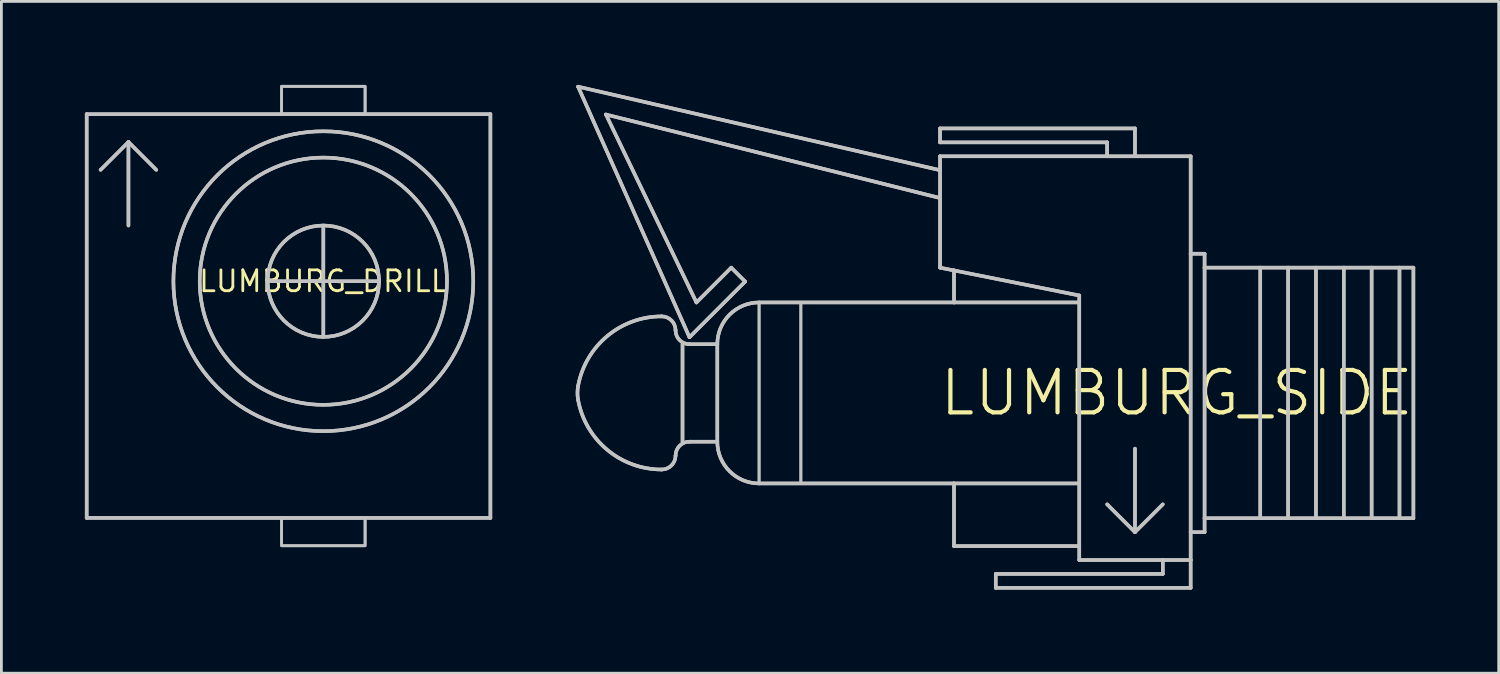
<source format=kicad_pcb>
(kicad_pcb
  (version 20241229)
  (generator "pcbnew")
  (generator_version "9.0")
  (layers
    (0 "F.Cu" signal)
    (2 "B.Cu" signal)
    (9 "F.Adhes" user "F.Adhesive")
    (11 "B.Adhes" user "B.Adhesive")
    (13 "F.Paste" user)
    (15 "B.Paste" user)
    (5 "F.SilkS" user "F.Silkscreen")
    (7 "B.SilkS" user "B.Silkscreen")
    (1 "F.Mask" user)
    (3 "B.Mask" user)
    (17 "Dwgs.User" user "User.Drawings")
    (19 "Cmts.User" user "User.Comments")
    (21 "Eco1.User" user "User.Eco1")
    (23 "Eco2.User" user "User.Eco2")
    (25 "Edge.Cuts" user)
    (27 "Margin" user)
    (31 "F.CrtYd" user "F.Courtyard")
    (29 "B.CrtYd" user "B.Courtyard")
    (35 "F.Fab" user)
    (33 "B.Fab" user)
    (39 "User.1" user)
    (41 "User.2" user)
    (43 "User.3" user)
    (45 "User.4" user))
  (footprint "LUMBURG_DRILL"
    (layer "F.Cu")
    (at 8.563 7.05)
    (property "Reference" "LUMBURG_DRILL" (at 0 0 0) (layer "F.SilkS") (effects (font (size 0.75 0.75) (thickness 0.1))))
    (attr through_hole)
    (fp_line (start -8.5 -6) (end -8.5 8.5) (stroke (width 0.127) (type solid)) (layer "Dwgs.User"))
    (fp_line (start -8.5 -6) (end -8.5 8.5) (stroke (width 0.127) (type solid)) (layer "Dwgs.User"))
    (fp_line (start -8.5 -6) (end 6 -6) (stroke (width 0.127) (type solid)) (layer "Dwgs.User"))
    (fp_line (start -8.5 -6) (end 6 -6) (stroke (width 0.127) (type solid)) (layer "Dwgs.User"))
    (fp_line (start -8.5 8.5) (end 6 8.5) (stroke (width 0.127) (type solid)) (layer "Dwgs.User"))
    (fp_line (start -8.5 8.5) (end 6 8.5) (stroke (width 0.127) (type solid)) (layer "Dwgs.User"))
    (fp_line (start -7 -5) (end -8 -4) (stroke (width 0.127) (type solid)) (layer "Dwgs.User"))
    (fp_line (start -7 -5) (end -8 -4) (stroke (width 0.127) (type solid)) (layer "Dwgs.User"))
    (fp_line (start -7 -5) (end -6 -4) (stroke (width 0.127) (type solid)) (layer "Dwgs.User"))
    (fp_line (start -7 -5) (end -6 -4) (stroke (width 0.127) (type solid)) (layer "Dwgs.User"))
    (fp_line (start -7 -2) (end -7 -5) (stroke (width 0.127) (type solid)) (layer "Dwgs.User"))
    (fp_line (start -7 -2) (end -7 -5) (stroke (width 0.127) (type solid)) (layer "Dwgs.User"))
    (fp_line (start -2 0) (end 2 0) (stroke (width 0.127) (type solid)) (layer "Dwgs.User"))
    (fp_line (start -2 0) (end 2 0) (stroke (width 0.127) (type solid)) (layer "Dwgs.User"))
    (fp_line (start 0 2) (end 0 -2) (stroke (width 0.127) (type solid)) (layer "Dwgs.User"))
    (fp_line (start 0 2) (end 0 -2) (stroke (width 0.127) (type solid)) (layer "Dwgs.User"))
    (fp_line (start 6 -6) (end 6 8.5) (stroke (width 0.127) (type solid)) (layer "Dwgs.User"))
    (fp_line (start 6 -6) (end 6 8.5) (stroke (width 0.127) (type solid)) (layer "Dwgs.User"))
    (fp_circle (center 0 0) (end 2 0) (stroke (width 0.127) (type solid)) (fill no) (layer "Dwgs.User"))
    (fp_circle (center 0 0) (end 2 0) (stroke (width 0.127) (type solid)) (fill no) (layer "Dwgs.User"))
    (fp_circle (center 0 0) (end 4.44 0) (stroke (width 0.127) (type solid)) (fill no) (layer "Dwgs.User"))
    (fp_circle (center 0 0) (end 4.44 0) (stroke (width 0.127) (type solid)) (fill no) (layer "Dwgs.User"))
    (fp_circle (center 0 0) (end 5.385 0) (stroke (width 0.127) (type solid)) (fill no) (layer "Dwgs.User"))
    (fp_circle (center 0 0) (end 5.385 0) (stroke (width 0.127) (type solid)) (fill no) (layer "Dwgs.User"))
    (fp_poly (pts (xy -1.5 -6) (xy 1.5 -6) (xy 1.5 -7) (xy -1.5 -7)) (stroke (width 0.1) (type solid)) (fill no) (layer "Dwgs.User"))
    (fp_poly (pts (xy -1.5 -6) (xy 1.5 -6) (xy 1.5 -7) (xy -1.5 -7)) (stroke (width 0.1) (type solid)) (fill no) (layer "Dwgs.User"))
    (fp_poly (pts (xy -1.5 9.5) (xy 1.5 9.5) (xy 1.5 8.5) (xy -1.5 8.5)) (stroke (width 0.1) (type solid)) (fill no) (layer "Dwgs.User"))
    (fp_poly (pts (xy -1.5 9.5) (xy 1.5 9.5) (xy 1.5 8.5) (xy -1.5 8.5)) (stroke (width 0.1) (type solid)) (fill no) (layer "Dwgs.User")))
  (footprint "LUMBURG_SIDE"
    (layer "F.Cu")
    (at 39.213 11.063)
    (property "Reference" "LUMBURG_SIDE" (at 0 0 0) (layer "F.SilkS") (effects (font (size 1.524 1.524) (thickness 0.15))))
    (attr through_hole)
    (fp_line (start -21.5 -11) (end -17.5 -2) (stroke (width 0.127) (type solid)) (layer "Dwgs.User"))
    (fp_line (start -21.5 -11) (end -17.5 -2) (stroke (width 0.127) (type solid)) (layer "Dwgs.User"))
    (fp_line (start -20.5 -10) (end -8.5 -7) (stroke (width 0.127) (type solid)) (layer "Dwgs.User"))
    (fp_line (start -20.5 -10) (end -8.5 -7) (stroke (width 0.127) (type solid)) (layer "Dwgs.User"))
    (fp_line (start -17.75 -1.75) (end -17.75 1.75) (stroke (width 0.127) (type solid)) (layer "Dwgs.User"))
    (fp_line (start -17.75 -1.75) (end -17.75 1.75) (stroke (width 0.127) (type solid)) (layer "Dwgs.User"))
    (fp_line (start -17.5 -2) (end -15.5 -4) (stroke (width 0.127) (type solid)) (layer "Dwgs.User"))
    (fp_line (start -17.5 -2) (end -15.5 -4) (stroke (width 0.127) (type solid)) (layer "Dwgs.User"))
    (fp_line (start -17.25 -3.25) (end -20.5 -10) (stroke (width 0.127) (type solid)) (layer "Dwgs.User"))
    (fp_line (start -17.25 -3.25) (end -20.5 -10) (stroke (width 0.127) (type solid)) (layer "Dwgs.User"))
    (fp_line (start -16.5 -1.75) (end -17.5 -1.75) (stroke (width 0.127) (type solid)) (layer "Dwgs.User"))
    (fp_line (start -16.5 -1.75) (end -17.5 -1.75) (stroke (width 0.127) (type solid)) (layer "Dwgs.User"))
    (fp_line (start -16.5 -1.75) (end -16.5 1.75) (stroke (width 0.127) (type solid)) (layer "Dwgs.User"))
    (fp_line (start -16.5 -1.75) (end -16.5 1.75) (stroke (width 0.127) (type solid)) (layer "Dwgs.User"))
    (fp_line (start -16.5 1.75) (end -17.5 1.75) (stroke (width 0.127) (type solid)) (layer "Dwgs.User"))
    (fp_line (start -16.5 1.75) (end -17.5 1.75) (stroke (width 0.127) (type solid)) (layer "Dwgs.User"))
    (fp_line (start -16 -4.5) (end -17.25 -3.25) (stroke (width 0.127) (type solid)) (layer "Dwgs.User"))
    (fp_line (start -16 -4.5) (end -17.25 -3.25) (stroke (width 0.127) (type solid)) (layer "Dwgs.User"))
    (fp_line (start -15.5 -4) (end -16 -4.5) (stroke (width 0.127) (type solid)) (layer "Dwgs.User"))
    (fp_line (start -15.5 -4) (end -16 -4.5) (stroke (width 0.127) (type solid)) (layer "Dwgs.User"))
    (fp_line (start -8.5 -9.5) (end -1.5 -9.5) (stroke (width 0.127) (type solid)) (layer "Dwgs.User"))
    (fp_line (start -8.5 -9.5) (end -1.5 -9.5) (stroke (width 0.127) (type solid)) (layer "Dwgs.User"))
    (fp_line (start -8.5 -9) (end -8.5 -9.5) (stroke (width 0.127) (type solid)) (layer "Dwgs.User"))
    (fp_line (start -8.5 -9) (end -8.5 -9.5) (stroke (width 0.127) (type solid)) (layer "Dwgs.User"))
    (fp_line (start -8.5 -8) (end -21.5 -11) (stroke (width 0.127) (type solid)) (layer "Dwgs.User"))
    (fp_line (start -8.5 -8) (end -21.5 -11) (stroke (width 0.127) (type solid)) (layer "Dwgs.User"))
    (fp_line (start -8.5 -8) (end -8.5 -8.5) (stroke (width 0.127) (type solid)) (layer "Dwgs.User"))
    (fp_line (start -8.5 -8) (end -8.5 -8.5) (stroke (width 0.127) (type solid)) (layer "Dwgs.User"))
    (fp_line (start -8.5 -7) (end -8.5 -8) (stroke (width 0.127) (type solid)) (layer "Dwgs.User"))
    (fp_line (start -8.5 -7) (end -8.5 -8) (stroke (width 0.127) (type solid)) (layer "Dwgs.User"))
    (fp_line (start -8.5 -4.5) (end -8.5 -7) (stroke (width 0.127) (type solid)) (layer "Dwgs.User"))
    (fp_line (start -8.5 -4.5) (end -8.5 -7) (stroke (width 0.127) (type solid)) (layer "Dwgs.User"))
    (fp_line (start -8 -4.4) (end -8.5 -4.5) (stroke (width 0.127) (type solid)) (layer "Dwgs.User"))
    (fp_line (start -8 -4.4) (end -8.5 -4.5) (stroke (width 0.127) (type solid)) (layer "Dwgs.User"))
    (fp_line (start -8 -3.25) (end -15 -3.25) (stroke (width 0.127) (type solid)) (layer "Dwgs.User"))
    (fp_line (start -8 -3.25) (end -15 -3.25) (stroke (width 0.127) (type solid)) (layer "Dwgs.User"))
    (fp_line (start -8 -3.25) (end -8 -4.4) (stroke (width 0.127) (type solid)) (layer "Dwgs.User"))
    (fp_line (start -8 -3.25) (end -8 -4.4) (stroke (width 0.127) (type solid)) (layer "Dwgs.User"))
    (fp_line (start -8 3.25) (end -15 3.25) (stroke (width 0.127) (type solid)) (layer "Dwgs.User"))
    (fp_line (start -8 3.25) (end -15 3.25) (stroke (width 0.127) (type solid)) (layer "Dwgs.User"))
    (fp_line (start -8 5.5) (end -8 3.25) (stroke (width 0.127) (type solid)) (layer "Dwgs.User"))
    (fp_line (start -8 5.5) (end -8 3.25) (stroke (width 0.127) (type solid)) (layer "Dwgs.User"))
    (fp_line (start -8 5.5) (end -3.5 5.5) (stroke (width 0.127) (type solid)) (layer "Dwgs.User"))
    (fp_line (start -8 5.5) (end -3.5 5.5) (stroke (width 0.127) (type solid)) (layer "Dwgs.User"))
    (fp_line (start -6.5 6.5) (end -6.5 7) (stroke (width 0.127) (type solid)) (layer "Dwgs.User"))
    (fp_line (start -6.5 6.5) (end -6.5 7) (stroke (width 0.127) (type solid)) (layer "Dwgs.User"))
    (fp_line (start -6.5 7) (end 0.5 7) (stroke (width 0.127) (type solid)) (layer "Dwgs.User"))
    (fp_line (start -6.5 7) (end 0.5 7) (stroke (width 0.127) (type solid)) (layer "Dwgs.User"))
    (fp_line (start -3.5 -3.5) (end -8 -4.4) (stroke (width 0.127) (type solid)) (layer "Dwgs.User"))
    (fp_line (start -3.5 -3.5) (end -8 -4.4) (stroke (width 0.127) (type solid)) (layer "Dwgs.User"))
    (fp_line (start -3.5 -3.25) (end -8 -3.25) (stroke (width 0.127) (type solid)) (layer "Dwgs.User"))
    (fp_line (start -3.5 -3.25) (end -8 -3.25) (stroke (width 0.127) (type solid)) (layer "Dwgs.User"))
    (fp_line (start -3.5 -3.25) (end -3.5 -3.5) (stroke (width 0.127) (type solid)) (layer "Dwgs.User"))
    (fp_line (start -3.5 -3.25) (end -3.5 -3.5) (stroke (width 0.127) (type solid)) (layer "Dwgs.User"))
    (fp_line (start -3.5 3.25) (end -8 3.25) (stroke (width 0.127) (type solid)) (layer "Dwgs.User"))
    (fp_line (start -3.5 3.25) (end -8 3.25) (stroke (width 0.127) (type solid)) (layer "Dwgs.User"))
    (fp_line (start -3.5 3.25) (end -3.5 -3.25) (stroke (width 0.127) (type solid)) (layer "Dwgs.User"))
    (fp_line (start -3.5 3.25) (end -3.5 -3.25) (stroke (width 0.127) (type solid)) (layer "Dwgs.User"))
    (fp_line (start -3.5 5.5) (end -3.5 3.25) (stroke (width 0.127) (type solid)) (layer "Dwgs.User"))
    (fp_line (start -3.5 5.5) (end -3.5 3.25) (stroke (width 0.127) (type solid)) (layer "Dwgs.User"))
    (fp_line (start -3.5 6) (end -3.5 5.5) (stroke (width 0.127) (type solid)) (layer "Dwgs.User"))
    (fp_line (start -3.5 6) (end -3.5 5.5) (stroke (width 0.127) (type solid)) (layer "Dwgs.User"))
    (fp_line (start -2.5 -9) (end -8.5 -9) (stroke (width 0.127) (type solid)) (layer "Dwgs.User"))
    (fp_line (start -2.5 -9) (end -8.5 -9) (stroke (width 0.127) (type solid)) (layer "Dwgs.User"))
    (fp_line (start -2.5 -8.5) (end -8.5 -8.5) (stroke (width 0.127) (type solid)) (layer "Dwgs.User"))
    (fp_line (start -2.5 -8.5) (end -8.5 -8.5) (stroke (width 0.127) (type solid)) (layer "Dwgs.User"))
    (fp_line (start -2.5 -8.5) (end -2.5 -9) (stroke (width 0.127) (type solid)) (layer "Dwgs.User"))
    (fp_line (start -2.5 -8.5) (end -2.5 -9) (stroke (width 0.127) (type solid)) (layer "Dwgs.User"))
    (fp_line (start -1.5 -9.5) (end -1.5 -8.5) (stroke (width 0.127) (type solid)) (layer "Dwgs.User"))
    (fp_line (start -1.5 -9.5) (end -1.5 -8.5) (stroke (width 0.127) (type solid)) (layer "Dwgs.User"))
    (fp_line (start -1.5 2) (end -1.5 5) (stroke (width 0.127) (type solid)) (layer "Dwgs.User"))
    (fp_line (start -1.5 2) (end -1.5 5) (stroke (width 0.127) (type solid)) (layer "Dwgs.User"))
    (fp_line (start -1.5 5) (end -2.5 4) (stroke (width 0.127) (type solid)) (layer "Dwgs.User"))
    (fp_line (start -1.5 5) (end -2.5 4) (stroke (width 0.127) (type solid)) (layer "Dwgs.User"))
    (fp_line (start -1.5 5) (end -0.5 4) (stroke (width 0.127) (type solid)) (layer "Dwgs.User"))
    (fp_line (start -1.5 5) (end -0.5 4) (stroke (width 0.127) (type solid)) (layer "Dwgs.User"))
    (fp_line (start -0.5 6) (end -3.5 6) (stroke (width 0.127) (type solid)) (layer "Dwgs.User"))
    (fp_line (start -0.5 6) (end -3.5 6) (stroke (width 0.127) (type solid)) (layer "Dwgs.User"))
    (fp_line (start -0.5 6) (end -0.5 6.5) (stroke (width 0.127) (type solid)) (layer "Dwgs.User"))
    (fp_line (start -0.5 6) (end -0.5 6.5) (stroke (width 0.127) (type solid)) (layer "Dwgs.User"))
    (fp_line (start -0.5 6.5) (end -6.5 6.5) (stroke (width 0.127) (type solid)) (layer "Dwgs.User"))
    (fp_line (start -0.5 6.5) (end -6.5 6.5) (stroke (width 0.127) (type solid)) (layer "Dwgs.User"))
    (fp_line (start 0.5 -8.5) (end -2.5 -8.5) (stroke (width 0.127) (type solid)) (layer "Dwgs.User"))
    (fp_line (start 0.5 -8.5) (end -2.5 -8.5) (stroke (width 0.127) (type solid)) (layer "Dwgs.User"))
    (fp_line (start 0.5 -5) (end 0.5 -8.5) (stroke (width 0.127) (type solid)) (layer "Dwgs.User"))
    (fp_line (start 0.5 -5) (end 0.5 -8.5) (stroke (width 0.127) (type solid)) (layer "Dwgs.User"))
    (fp_line (start 0.5 -5) (end 1 -5) (stroke (width 0.127) (type solid)) (layer "Dwgs.User"))
    (fp_line (start 0.5 -5) (end 1 -5) (stroke (width 0.127) (type solid)) (layer "Dwgs.User"))
    (fp_line (start 0.5 5) (end 0.5 -5) (stroke (width 0.127) (type solid)) (layer "Dwgs.User"))
    (fp_line (start 0.5 5) (end 0.5 -5) (stroke (width 0.127) (type solid)) (layer "Dwgs.User"))
    (fp_line (start 0.5 6) (end -0.5 6) (stroke (width 0.127) (type solid)) (layer "Dwgs.User"))
    (fp_line (start 0.5 6) (end -0.5 6) (stroke (width 0.127) (type solid)) (layer "Dwgs.User"))
    (fp_line (start 0.5 6) (end 0.5 5) (stroke (width 0.127) (type solid)) (layer "Dwgs.User"))
    (fp_line (start 0.5 6) (end 0.5 5) (stroke (width 0.127) (type solid)) (layer "Dwgs.User"))
    (fp_line (start 0.5 7) (end 0.5 6) (stroke (width 0.127) (type solid)) (layer "Dwgs.User"))
    (fp_line (start 0.5 7) (end 0.5 6) (stroke (width 0.127) (type solid)) (layer "Dwgs.User"))
    (fp_line (start 1 -5) (end 1 -4.5) (stroke (width 0.127) (type solid)) (layer "Dwgs.User"))
    (fp_line (start 1 -5) (end 1 -4.5) (stroke (width 0.127) (type solid)) (layer "Dwgs.User"))
    (fp_line (start 1 -4.5) (end 1 4.5) (stroke (width 0.127) (type solid)) (layer "Dwgs.User"))
    (fp_line (start 1 -4.5) (end 1 4.5) (stroke (width 0.127) (type solid)) (layer "Dwgs.User"))
    (fp_line (start 1 4.5) (end 1 5) (stroke (width 0.127) (type solid)) (layer "Dwgs.User"))
    (fp_line (start 1 4.5) (end 1 5) (stroke (width 0.127) (type solid)) (layer "Dwgs.User"))
    (fp_line (start 1 4.5) (end 3 4.5) (stroke (width 0.127) (type solid)) (layer "Dwgs.User"))
    (fp_line (start 1 4.5) (end 3 4.5) (stroke (width 0.127) (type solid)) (layer "Dwgs.User"))
    (fp_line (start 1 5) (end 0.5 5) (stroke (width 0.127) (type solid)) (layer "Dwgs.User"))
    (fp_line (start 1 5) (end 0.5 5) (stroke (width 0.127) (type solid)) (layer "Dwgs.User"))
    (fp_line (start 3 -4.5) (end 1 -4.5) (stroke (width 0.127) (type solid)) (layer "Dwgs.User"))
    (fp_line (start 3 -4.5) (end 1 -4.5) (stroke (width 0.127) (type solid)) (layer "Dwgs.User"))
    (fp_line (start 3 -4.5) (end 3 4.5) (stroke (width 0.127) (type solid)) (layer "Dwgs.User"))
    (fp_line (start 3 -4.5) (end 3 4.5) (stroke (width 0.127) (type solid)) (layer "Dwgs.User"))
    (fp_line (start 3 4.5) (end 4 4.5) (stroke (width 0.127) (type solid)) (layer "Dwgs.User"))
    (fp_line (start 3 4.5) (end 4 4.5) (stroke (width 0.127) (type solid)) (layer "Dwgs.User"))
    (fp_line (start 4 -4.5) (end 3 -4.5) (stroke (width 0.127) (type solid)) (layer "Dwgs.User"))
    (fp_line (start 4 -4.5) (end 3 -4.5) (stroke (width 0.127) (type solid)) (layer "Dwgs.User"))
    (fp_line (start 4 -4.5) (end 4 4.5) (stroke (width 0.127) (type solid)) (layer "Dwgs.User"))
    (fp_line (start 4 -4.5) (end 4 4.5) (stroke (width 0.127) (type solid)) (layer "Dwgs.User"))
    (fp_line (start 4 4.5) (end 5 4.5) (stroke (width 0.127) (type solid)) (layer "Dwgs.User"))
    (fp_line (start 4 4.5) (end 5 4.5) (stroke (width 0.127) (type solid)) (layer "Dwgs.User"))
    (fp_line (start 5 -4.5) (end 4 -4.5) (stroke (width 0.127) (type solid)) (layer "Dwgs.User"))
    (fp_line (start 5 -4.5) (end 4 -4.5) (stroke (width 0.127) (type solid)) (layer "Dwgs.User"))
    (fp_line (start 5 -4.5) (end 5 4.5) (stroke (width 0.127) (type solid)) (layer "Dwgs.User"))
    (fp_line (start 5 -4.5) (end 5 4.5) (stroke (width 0.127) (type solid)) (layer "Dwgs.User"))
    (fp_line (start 5 4.5) (end 6 4.5) (stroke (width 0.127) (type solid)) (layer "Dwgs.User"))
    (fp_line (start 5 4.5) (end 6 4.5) (stroke (width 0.127) (type solid)) (layer "Dwgs.User"))
    (fp_line (start 6 -4.5) (end 5 -4.5) (stroke (width 0.127) (type solid)) (layer "Dwgs.User"))
    (fp_line (start 6 -4.5) (end 5 -4.5) (stroke (width 0.127) (type solid)) (layer "Dwgs.User"))
    (fp_line (start 6 -4.5) (end 6 4.5) (stroke (width 0.127) (type solid)) (layer "Dwgs.User"))
    (fp_line (start 6 -4.5) (end 6 4.5) (stroke (width 0.127) (type solid)) (layer "Dwgs.User"))
    (fp_line (start 6 4.5) (end 7 4.5) (stroke (width 0.127) (type solid)) (layer "Dwgs.User"))
    (fp_line (start 6 4.5) (end 7 4.5) (stroke (width 0.127) (type solid)) (layer "Dwgs.User"))
    (fp_line (start 7 -4.5) (end 6 -4.5) (stroke (width 0.127) (type solid)) (layer "Dwgs.User"))
    (fp_line (start 7 -4.5) (end 6 -4.5) (stroke (width 0.127) (type solid)) (layer "Dwgs.User"))
    (fp_line (start 7 -4.5) (end 7 4.5) (stroke (width 0.127) (type solid)) (layer "Dwgs.User"))
    (fp_line (start 7 -4.5) (end 7 4.5) (stroke (width 0.127) (type solid)) (layer "Dwgs.User"))
    (fp_line (start 7 4.5) (end 8 4.5) (stroke (width 0.127) (type solid)) (layer "Dwgs.User"))
    (fp_line (start 7 4.5) (end 8 4.5) (stroke (width 0.127) (type solid)) (layer "Dwgs.User"))
    (fp_line (start 8 -4.5) (end 7 -4.5) (stroke (width 0.127) (type solid)) (layer "Dwgs.User"))
    (fp_line (start 8 -4.5) (end 7 -4.5) (stroke (width 0.127) (type solid)) (layer "Dwgs.User"))
    (fp_line (start 8 -4.5) (end 8 4.5) (stroke (width 0.127) (type solid)) (layer "Dwgs.User"))
    (fp_line (start 8 -4.5) (end 8 4.5) (stroke (width 0.127) (type solid)) (layer "Dwgs.User"))
    (fp_line (start 8 4.5) (end 8.5 4.5) (stroke (width 0.127) (type solid)) (layer "Dwgs.User"))
    (fp_line (start 8 4.5) (end 8.5 4.5) (stroke (width 0.127) (type solid)) (layer "Dwgs.User"))
    (fp_line (start 8.5 -4.5) (end 8 -4.5) (stroke (width 0.127) (type solid)) (layer "Dwgs.User"))
    (fp_line (start 8.5 -4.5) (end 8 -4.5) (stroke (width 0.127) (type solid)) (layer "Dwgs.User"))
    (fp_line (start 8.5 4.5) (end 8.5 -4.5) (stroke (width 0.127) (type solid)) (layer "Dwgs.User"))
    (fp_line (start 8.5 4.5) (end 8.5 -4.5) (stroke (width 0.127) (type solid)) (layer "Dwgs.User"))
    (fp_arc (start -21.5 0.25) (mid -21.522727 0) (end -21.5 -0.25) (stroke (width 0.127) (type solid)) (layer "Dwgs.User"))
    (fp_arc (start -21.5 0.25) (mid -21.522727 0) (end -21.5 -0.25) (stroke (width 0.127) (type solid)) (layer "Dwgs.User"))
    (fp_arc (start -21.499999 -0.249999) (mid -20.452562 -2.043074) (end -18.5 -2.75) (stroke (width 0.127) (type solid)) (layer "Dwgs.User"))
    (fp_arc (start -21.499999 -0.249999) (mid -20.452562 -2.043074) (end -18.5 -2.75) (stroke (width 0.127) (type solid)) (layer "Dwgs.User"))
    (fp_arc (start -18.5 -2.75) (mid -18.146447 -2.603553) (end -18 -2.25) (stroke (width 0.127) (type solid)) (layer "Dwgs.User"))
    (fp_arc (start -18.5 -2.75) (mid -18.146447 -2.603553) (end -18 -2.25) (stroke (width 0.127) (type solid)) (layer "Dwgs.User"))
    (fp_arc (start -18.5 2.75) (mid -20.452562 2.043074) (end -21.499999 0.249999) (stroke (width 0.127) (type solid)) (layer "Dwgs.User"))
    (fp_arc (start -18.5 2.75) (mid -20.452562 2.043074) (end -21.499999 0.249999) (stroke (width 0.127) (type solid)) (layer "Dwgs.User"))
    (fp_arc (start -18 2.25) (mid -18.146447 2.603553) (end -18.5 2.75) (stroke (width 0.127) (type solid)) (layer "Dwgs.User"))
    (fp_arc (start -18 2.25) (mid -18.146447 2.603553) (end -18.5 2.75) (stroke (width 0.127) (type solid)) (layer "Dwgs.User"))
    (fp_arc (start -18 2.25) (mid -17.853553 1.896447) (end -17.5 1.75) (stroke (width 0.127) (type solid)) (layer "Dwgs.User"))
    (fp_arc (start -18 2.25) (mid -17.853553 1.896447) (end -17.5 1.75) (stroke (width 0.127) (type solid)) (layer "Dwgs.User"))
    (fp_arc (start -17.5 -1.75) (mid -17.853553 -1.896447) (end -18 -2.25) (stroke (width 0.127) (type solid)) (layer "Dwgs.User"))
    (fp_arc (start -17.5 -1.75) (mid -17.853553 -1.896447) (end -18 -2.25) (stroke (width 0.127) (type solid)) (layer "Dwgs.User"))
    (fp_arc (start -16.5 -1.75) (mid -16.06066 -2.81066) (end -15 -3.25) (stroke (width 0.127) (type solid)) (layer "Dwgs.User"))
    (fp_arc (start -16.5 -1.75) (mid -16.06066 -2.81066) (end -15 -3.25) (stroke (width 0.127) (type solid)) (layer "Dwgs.User"))
    (fp_arc (start -15 3.25) (mid -16.06066 2.81066) (end -16.5 1.75) (stroke (width 0.127) (type solid)) (layer "Dwgs.User"))
    (fp_arc (start -15 3.25) (mid -16.06066 2.81066) (end -16.5 1.75) (stroke (width 0.127) (type solid)) (layer "Dwgs.User"))
    (fp_poly (pts (xy -15 3.25) (xy -13.5 3.25) (xy -13.5 -3.25) (xy -15 -3.25)) (stroke (width 0.1) (type solid)) (fill no) (layer "Dwgs.User"))
    (fp_poly (pts (xy -15 3.25) (xy -13.5 3.25) (xy -13.5 -3.25) (xy -15 -3.25)) (stroke (width 0.1) (type solid)) (fill no) (layer "Dwgs.User")))
  (gr_rect
    (start -3 -3)
    (end 50.777 21.127)
    (stroke (width 0.1) (type default))
    (fill no)
    (layer "Edge.Cuts")))
</source>
